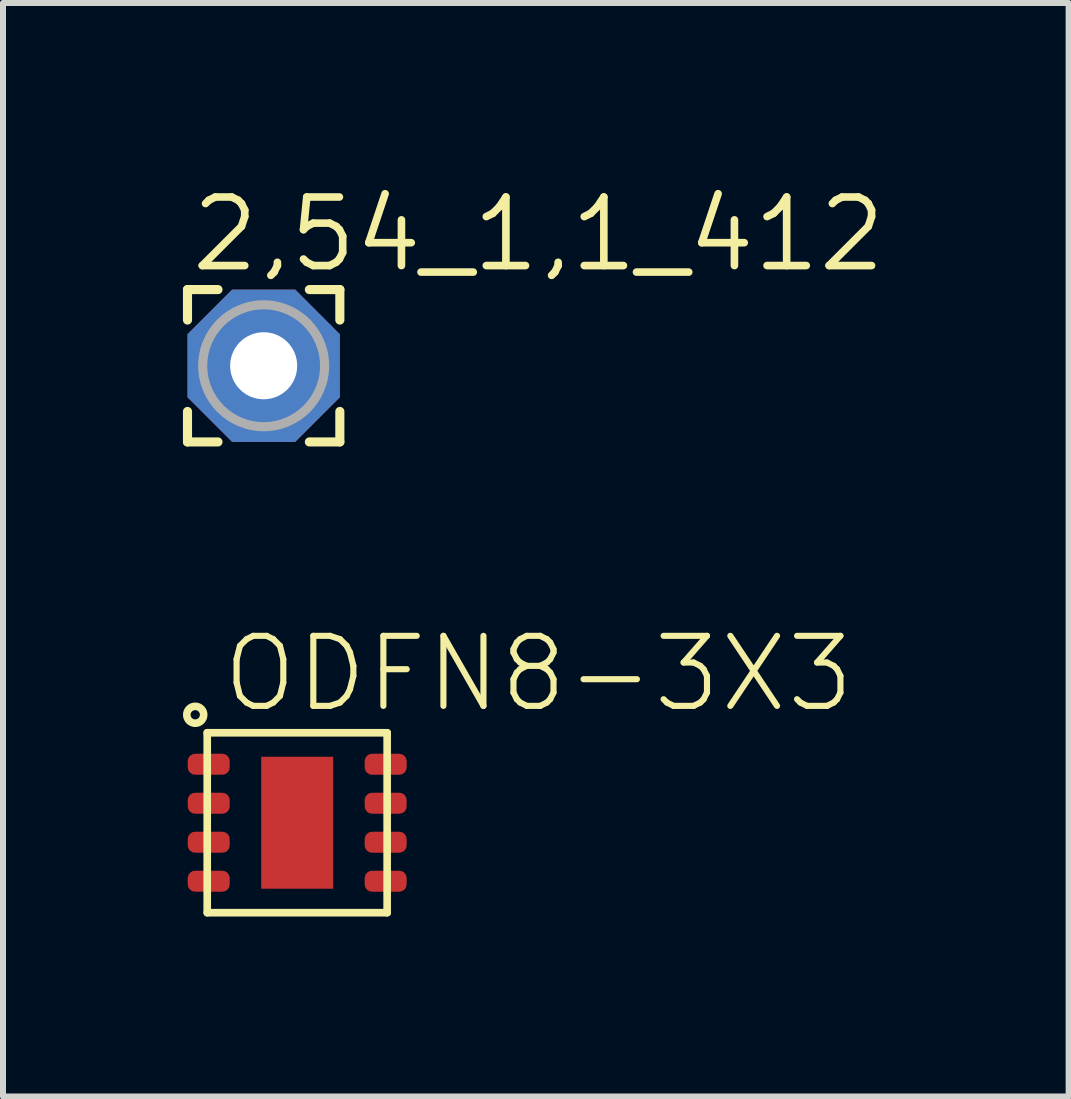
<source format=kicad_pcb>
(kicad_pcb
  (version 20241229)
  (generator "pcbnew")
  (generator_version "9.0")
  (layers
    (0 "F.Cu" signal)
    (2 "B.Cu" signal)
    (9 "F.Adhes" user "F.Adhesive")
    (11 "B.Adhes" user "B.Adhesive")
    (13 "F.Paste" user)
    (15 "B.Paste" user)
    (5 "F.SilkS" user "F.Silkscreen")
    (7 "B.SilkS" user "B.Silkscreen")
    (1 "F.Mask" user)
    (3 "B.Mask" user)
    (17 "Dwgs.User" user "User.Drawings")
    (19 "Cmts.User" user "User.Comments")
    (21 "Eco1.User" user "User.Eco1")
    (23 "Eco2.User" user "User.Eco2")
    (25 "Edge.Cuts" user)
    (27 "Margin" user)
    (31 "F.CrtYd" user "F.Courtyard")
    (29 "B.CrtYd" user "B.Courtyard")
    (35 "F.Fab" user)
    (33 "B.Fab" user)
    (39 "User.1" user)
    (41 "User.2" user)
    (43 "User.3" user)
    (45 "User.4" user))
  (footprint "ODFN8-3X3"
    (layer "F.Cu")
    (at 1.905 10.667)
    (property "Reference" "ODFN8-3X3" (at -1.3 -1.8 0) (unlocked yes) (layer "F.SilkS") (effects (font (size 1.168 1.168) (thickness 0.102)) (justify left bottom)))
    (fp_line (start -1.5 -1.5) (end 1.5 -1.5) (stroke (width 0.127) (type solid)) (layer "F.SilkS"))
    (fp_line (start -1.5 1.5) (end -1.5 -1.5) (stroke (width 0.127) (type solid)) (layer "F.SilkS"))
    (fp_line (start 1.5 -1.5) (end 1.5 1.5) (stroke (width 0.127) (type solid)) (layer "F.SilkS"))
    (fp_line (start 1.5 1.5) (end -1.5 1.5) (stroke (width 0.127) (type solid)) (layer "F.SilkS"))
    (fp_circle (center -1.7 -1.8) (end -1.559 -1.8) (stroke (width 0.127) (type solid)) (fill no) (layer "F.SilkS"))
    (fp_poly (pts (xy -0.5 -0.5) (xy 0.5 -0.5) (xy 0.5 -1) (xy -0.5 -1)) (stroke (width 0) (type default)) (fill yes) (layer "F.Paste"))
    (fp_poly (pts (xy -0.5 0.3) (xy 0.5 0.3) (xy 0.5 -0.3) (xy -0.5 -0.3)) (stroke (width 0) (type default)) (fill yes) (layer "F.Paste"))
    (fp_poly (pts (xy -0.5 1) (xy 0.5 1) (xy 0.5 0.5) (xy -0.5 0.5)) (stroke (width 0) (type default)) (fill yes) (layer "F.Paste"))
    (pad "1" smd roundrect (at -1.475 -0.975) (size 0.7 0.35) (layers "F.Cu" "F.Mask" "F.Paste") (roundrect_rratio 0.35))
    (pad "2" smd roundrect (at -1.475 -0.325) (size 0.7 0.35) (layers "F.Cu" "F.Mask" "F.Paste") (roundrect_rratio 0.35))
    (pad "3" smd roundrect (at -1.475 0.325) (size 0.7 0.35) (layers "F.Cu" "F.Mask" "F.Paste") (roundrect_rratio 0.35))
    (pad "4" smd roundrect (at -1.475 0.975) (size 0.7 0.35) (layers "F.Cu" "F.Mask" "F.Paste") (roundrect_rratio 0.35))
    (pad "5" smd roundrect (at 1.475 0.975) (size 0.7 0.35) (layers "F.Cu" "F.Mask" "F.Paste") (roundrect_rratio 0.35))
    (pad "6" smd roundrect (at 1.475 0.325) (size 0.7 0.35) (layers "F.Cu" "F.Mask" "F.Paste") (roundrect_rratio 0.35))
    (pad "7" smd roundrect (at 1.475 -0.325) (size 0.7 0.35) (layers "F.Cu" "F.Mask" "F.Paste") (roundrect_rratio 0.35))
    (pad "8" smd roundrect (at 1.475 -0.975) (size 0.7 0.35) (layers "F.Cu" "F.Mask" "F.Paste") (roundrect_rratio 0.35))
    (pad "BP" smd rect (at 0 0) (size 1.2 2.2) (layers "F.Cu" "F.Mask")))
  (footprint "2,54_1,1_412"
    (layer "F.Cu")
    (at 1.346 3.048)
    (property "Reference" "2,54_1,1_412" (at -1.27 -1.524 0) (unlocked yes) (layer "F.SilkS") (effects (font (size 1.143 1.143) (thickness 0.127)) (justify left bottom)))
    (fp_line (start -1.27 -1.27) (end -1.27 -0.762) (stroke (width 0.152) (type solid)) (layer "F.SilkS"))
    (fp_line (start -1.27 -1.27) (end -0.762 -1.27) (stroke (width 0.152) (type solid)) (layer "F.SilkS"))
    (fp_line (start -1.27 1.27) (end -1.27 0.762) (stroke (width 0.152) (type solid)) (layer "F.SilkS"))
    (fp_line (start -1.27 1.27) (end -0.762 1.27) (stroke (width 0.152) (type solid)) (layer "F.SilkS"))
    (fp_line (start 1.27 -1.27) (end 0.762 -1.27) (stroke (width 0.152) (type solid)) (layer "F.SilkS"))
    (fp_line (start 1.27 -1.27) (end 1.27 -0.762) (stroke (width 0.152) (type solid)) (layer "F.SilkS"))
    (fp_line (start 1.27 1.27) (end 0.762 1.27) (stroke (width 0.152) (type solid)) (layer "F.SilkS"))
    (fp_line (start 1.27 1.27) (end 1.27 0.762) (stroke (width 0.152) (type solid)) (layer "F.SilkS"))
    (fp_circle (center 0 0) (end 1.016 0) (stroke (width 0.152) (type solid)) (fill no) (layer "F.Fab"))
    (pad "1" thru_hole roundrect (at 0 0) (size 2.54 2.54) (drill 1.118) (layers "*.Cu" "*.Mask") (roundrect_rratio 0.25) (chamfer_ratio 0.293) (chamfer top_left top_right bottom_left bottom_right)))
  (gr_rect
    (start -3 -3)
    (end 14.767 15.231)
    (stroke (width 0.1) (type default))
    (fill no)
    (layer "Edge.Cuts")))
</source>
